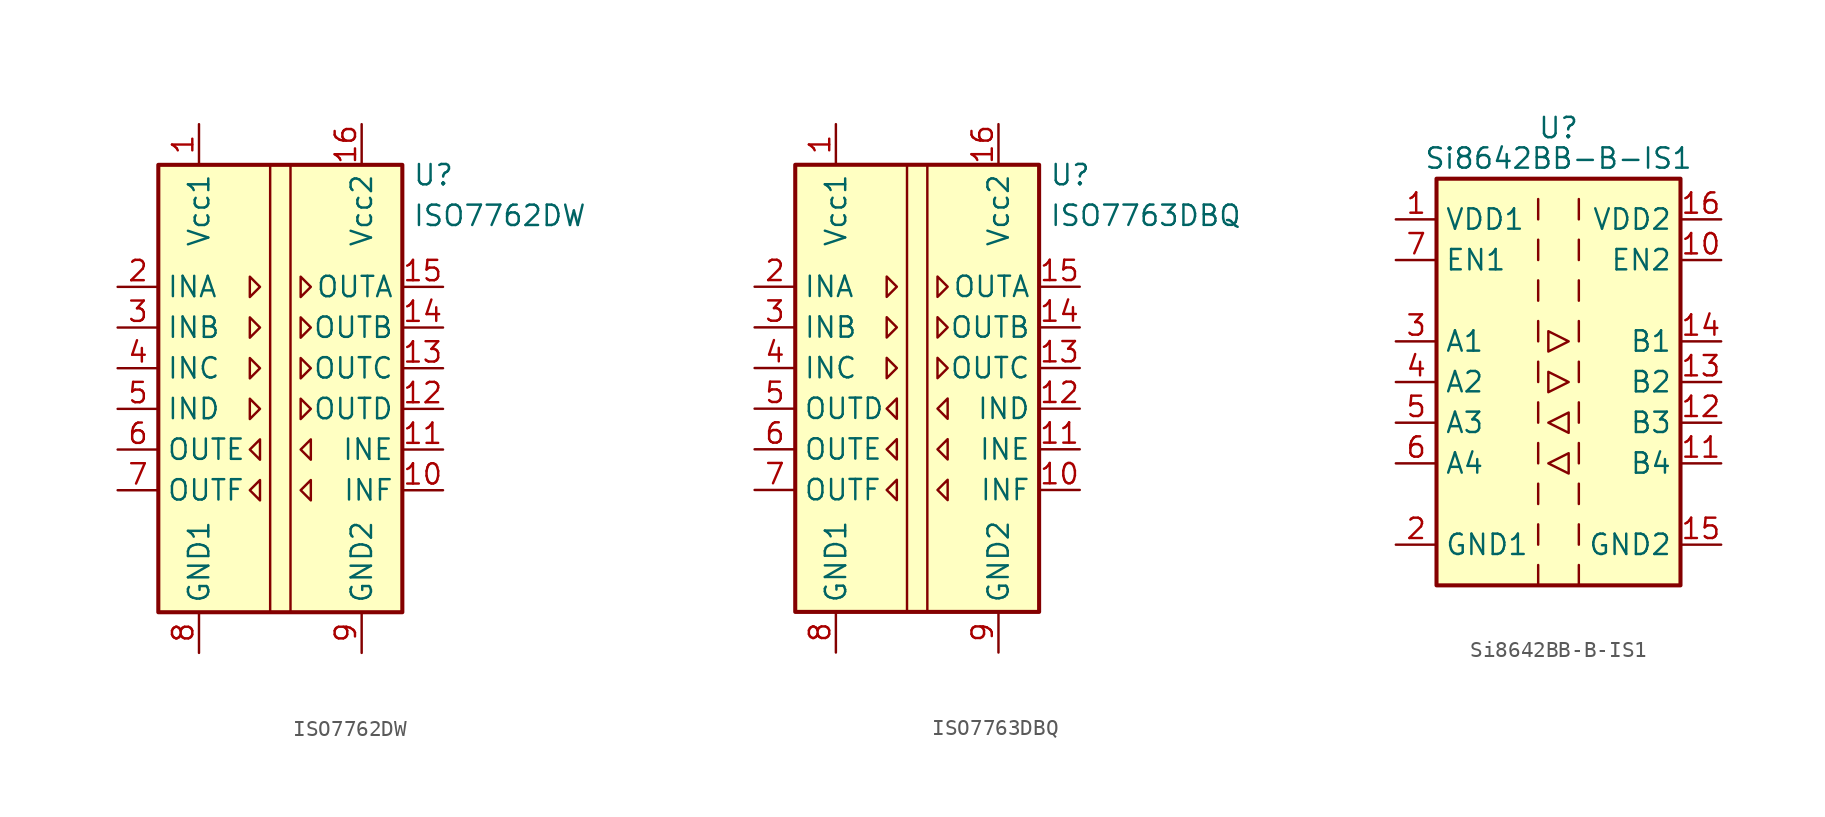
<source format=kicad_sym>
(kicad_symbol_lib
  (version 20201005)
  (generator kicad_symbol_editor)
  (symbol "Isolator_Digital:ISO7762DW"
    (property "Reference" "U"
      (at 8.255 14.605 0)
      (effects (font (size 1.27 1.27)) (justify left)))
    (property "Value" "ISO7762DW"
      (at 8.255 12.065 0)
      (effects (font (size 1.27 1.27)) (justify left)))
    (symbol "ISO7762DW_0_1"
      (rectangle (start -7.62 15.24) (end 7.62 -12.7) (stroke (width 0.254)) (fill (type background)))
      (polyline (pts (xy -0.635 15.24) (xy -0.635 -12.7)) (stroke (width 0)) (fill (type none)))
      (polyline (pts (xy 0.635 15.24) (xy 0.635 -12.7)) (stroke (width 0)) (fill (type none)))
      (polyline (pts (xy -1.905 8.255) (xy -1.27 7.62) (xy -1.905 6.985) (xy -1.905 8.255)) (stroke (width 0)) (fill (type none)))
      (polyline (pts (xy 1.27 8.255) (xy 1.905 7.62) (xy 1.27 6.985) (xy 1.27 8.255)) (stroke (width 0)) (fill (type none))))
    (symbol "ISO7762DW_1_1"
      (polyline (pts (xy -1.905 0.635) (xy -1.27 0) (xy -1.905 -0.635) (xy -1.905 0.635)) (stroke (width 0)) (fill (type none)))
      (polyline (pts (xy -1.905 3.175) (xy -1.27 2.54) (xy -1.905 1.905) (xy -1.905 3.175)) (stroke (width 0)) (fill (type none)))
      (polyline (pts (xy -1.905 5.715) (xy -1.27 5.08) (xy -1.905 4.445) (xy -1.905 5.715)) (stroke (width 0)) (fill (type none)))
      (polyline (pts (xy -1.27 -4.445) (xy -1.905 -5.08) (xy -1.27 -5.715) (xy -1.27 -4.445)) (stroke (width 0)) (fill (type none)))
      (polyline (pts (xy -1.27 -1.905) (xy -1.905 -2.54) (xy -1.27 -3.175) (xy -1.27 -1.905)) (stroke (width 0)) (fill (type none)))
      (polyline (pts (xy 1.27 0.635) (xy 1.905 0) (xy 1.27 -0.635) (xy 1.27 0.635)) (stroke (width 0)) (fill (type none)))
      (polyline (pts (xy 1.27 3.175) (xy 1.905 2.54) (xy 1.27 1.905) (xy 1.27 3.175)) (stroke (width 0)) (fill (type none)))
      (polyline (pts (xy 1.27 5.715) (xy 1.905 5.08) (xy 1.27 4.445) (xy 1.27 5.715)) (stroke (width 0)) (fill (type none)))
      (polyline (pts (xy 1.905 -4.445) (xy 1.27 -5.08) (xy 1.905 -5.715) (xy 1.905 -4.445)) (stroke (width 0)) (fill (type none)))
      (polyline (pts (xy 1.905 -1.905) (xy 1.27 -2.54) (xy 1.905 -3.175) (xy 1.905 -1.905)) (stroke (width 0)) (fill (type none)))
      (pin power_in line (at -5.08 17.78 270) (length 2.54) (name "Vcc1" (effects (font (size 1.27 1.27)))) (number "1" (effects (font (size 1.27 1.27)))))
      (pin input line (at 10.16 -5.08 180) (length 2.54) (name "INF" (effects (font (size 1.27 1.27)))) (number "10" (effects (font (size 1.27 1.27)))))
      (pin input line (at 10.16 -2.54 180) (length 2.54) (name "INE" (effects (font (size 1.27 1.27)))) (number "11" (effects (font (size 1.27 1.27)))))
      (pin output line (at 10.16 0 180) (length 2.54) (name "OUTD" (effects (font (size 1.27 1.27)))) (number "12" (effects (font (size 1.27 1.27)))))
      (pin output line (at 10.16 2.54 180) (length 2.54) (name "OUTC" (effects (font (size 1.27 1.27)))) (number "13" (effects (font (size 1.27 1.27)))))
      (pin output line (at 10.16 5.08 180) (length 2.54) (name "OUTB" (effects (font (size 1.27 1.27)))) (number "14" (effects (font (size 1.27 1.27)))))
      (pin output line (at 10.16 7.62 180) (length 2.54) (name "OUTA" (effects (font (size 1.27 1.27)))) (number "15" (effects (font (size 1.27 1.27)))))
      (pin power_in line (at 5.08 17.78 270) (length 2.54) (name "Vcc2" (effects (font (size 1.27 1.27)))) (number "16" (effects (font (size 1.27 1.27)))))
      (pin input line (at -10.16 7.62 0) (length 2.54) (name "INA" (effects (font (size 1.27 1.27)))) (number "2" (effects (font (size 1.27 1.27)))))
      (pin input line (at -10.16 5.08 0) (length 2.54) (name "INB" (effects (font (size 1.27 1.27)))) (number "3" (effects (font (size 1.27 1.27)))))
      (pin input line (at -10.16 2.54 0) (length 2.54) (name "INC" (effects (font (size 1.27 1.27)))) (number "4" (effects (font (size 1.27 1.27)))))
      (pin input line (at -10.16 0 0) (length 2.54) (name "IND" (effects (font (size 1.27 1.27)))) (number "5" (effects (font (size 1.27 1.27)))))
      (pin output line (at -10.16 -2.54 0) (length 2.54) (name "OUTE" (effects (font (size 1.27 1.27)))) (number "6" (effects (font (size 1.27 1.27)))))
      (pin output line (at -10.16 -5.08 0) (length 2.54) (name "OUTF" (effects (font (size 1.27 1.27)))) (number "7" (effects (font (size 1.27 1.27)))))
      (pin power_in line (at -5.08 -15.24 90) (length 2.54) (name "GND1" (effects (font (size 1.27 1.27)))) (number "8" (effects (font (size 1.27 1.27)))))
      (pin power_in line (at 5.08 -15.24 90) (length 2.54) (name "GND2" (effects (font (size 1.27 1.27)))) (number "9" (effects (font (size 1.27 1.27)))))))
  (symbol "Isolator_Digital:ISO7763DBQ"
    (property "Reference" "U"
      (at 8.255 14.605 0)
      (effects (font (size 1.27 1.27)) (justify left)))
    (property "Value" "ISO7763DBQ"
      (at 8.255 12.065 0)
      (effects (font (size 1.27 1.27)) (justify left)))
    (symbol "ISO7763DBQ_0_1"
      (rectangle (start -7.62 15.24) (end 7.62 -12.7) (stroke (width 0.254)) (fill (type background)))
      (polyline (pts (xy -0.635 15.24) (xy -0.635 -12.7)) (stroke (width 0)) (fill (type none)))
      (polyline (pts (xy 0.635 15.24) (xy 0.635 -12.7)) (stroke (width 0)) (fill (type none)))
      (polyline (pts (xy -1.905 8.255) (xy -1.27 7.62) (xy -1.905 6.985) (xy -1.905 8.255)) (stroke (width 0)) (fill (type none)))
      (polyline (pts (xy 1.27 8.255) (xy 1.905 7.62) (xy 1.27 6.985) (xy 1.27 8.255)) (stroke (width 0)) (fill (type none))))
    (symbol "ISO7763DBQ_1_1"
      (polyline (pts (xy -1.905 3.175) (xy -1.27 2.54) (xy -1.905 1.905) (xy -1.905 3.175)) (stroke (width 0)) (fill (type none)))
      (polyline (pts (xy -1.905 5.715) (xy -1.27 5.08) (xy -1.905 4.445) (xy -1.905 5.715)) (stroke (width 0)) (fill (type none)))
      (polyline (pts (xy -1.27 -4.445) (xy -1.905 -5.08) (xy -1.27 -5.715) (xy -1.27 -4.445)) (stroke (width 0)) (fill (type none)))
      (polyline (pts (xy -1.27 -1.905) (xy -1.905 -2.54) (xy -1.27 -3.175) (xy -1.27 -1.905)) (stroke (width 0)) (fill (type none)))
      (polyline (pts (xy -1.27 0.635) (xy -1.905 0) (xy -1.27 -0.635) (xy -1.27 0.635)) (stroke (width 0)) (fill (type none)))
      (polyline (pts (xy 1.27 3.175) (xy 1.905 2.54) (xy 1.27 1.905) (xy 1.27 3.175)) (stroke (width 0)) (fill (type none)))
      (polyline (pts (xy 1.27 5.715) (xy 1.905 5.08) (xy 1.27 4.445) (xy 1.27 5.715)) (stroke (width 0)) (fill (type none)))
      (polyline (pts (xy 1.905 -4.445) (xy 1.27 -5.08) (xy 1.905 -5.715) (xy 1.905 -4.445)) (stroke (width 0)) (fill (type none)))
      (polyline (pts (xy 1.905 -1.905) (xy 1.27 -2.54) (xy 1.905 -3.175) (xy 1.905 -1.905)) (stroke (width 0)) (fill (type none)))
      (polyline (pts (xy 1.905 0.635) (xy 1.27 0) (xy 1.905 -0.635) (xy 1.905 0.635)) (stroke (width 0)) (fill (type none)))
      (pin power_in line (at -5.08 17.78 270) (length 2.54) (name "Vcc1" (effects (font (size 1.27 1.27)))) (number "1" (effects (font (size 1.27 1.27)))))
      (pin input line (at 10.16 -5.08 180) (length 2.54) (name "INF" (effects (font (size 1.27 1.27)))) (number "10" (effects (font (size 1.27 1.27)))))
      (pin input line (at 10.16 -2.54 180) (length 2.54) (name "INE" (effects (font (size 1.27 1.27)))) (number "11" (effects (font (size 1.27 1.27)))))
      (pin input line (at 10.16 0 180) (length 2.54) (name "IND" (effects (font (size 1.27 1.27)))) (number "12" (effects (font (size 1.27 1.27)))))
      (pin output line (at 10.16 2.54 180) (length 2.54) (name "OUTC" (effects (font (size 1.27 1.27)))) (number "13" (effects (font (size 1.27 1.27)))))
      (pin output line (at 10.16 5.08 180) (length 2.54) (name "OUTB" (effects (font (size 1.27 1.27)))) (number "14" (effects (font (size 1.27 1.27)))))
      (pin output line (at 10.16 7.62 180) (length 2.54) (name "OUTA" (effects (font (size 1.27 1.27)))) (number "15" (effects (font (size 1.27 1.27)))))
      (pin power_in line (at 5.08 17.78 270) (length 2.54) (name "Vcc2" (effects (font (size 1.27 1.27)))) (number "16" (effects (font (size 1.27 1.27)))))
      (pin input line (at -10.16 7.62 0) (length 2.54) (name "INA" (effects (font (size 1.27 1.27)))) (number "2" (effects (font (size 1.27 1.27)))))
      (pin input line (at -10.16 5.08 0) (length 2.54) (name "INB" (effects (font (size 1.27 1.27)))) (number "3" (effects (font (size 1.27 1.27)))))
      (pin input line (at -10.16 2.54 0) (length 2.54) (name "INC" (effects (font (size 1.27 1.27)))) (number "4" (effects (font (size 1.27 1.27)))))
      (pin output line (at -10.16 0 0) (length 2.54) (name "OUTD" (effects (font (size 1.27 1.27)))) (number "5" (effects (font (size 1.27 1.27)))))
      (pin output line (at -10.16 -2.54 0) (length 2.54) (name "OUTE" (effects (font (size 1.27 1.27)))) (number "6" (effects (font (size 1.27 1.27)))))
      (pin output line (at -10.16 -5.08 0) (length 2.54) (name "OUTF" (effects (font (size 1.27 1.27)))) (number "7" (effects (font (size 1.27 1.27)))))
      (pin power_in line (at -5.08 -15.24 90) (length 2.54) (name "GND1" (effects (font (size 1.27 1.27)))) (number "8" (effects (font (size 1.27 1.27)))))
      (pin power_in line (at 5.08 -15.24 90) (length 2.54) (name "GND2" (effects (font (size 1.27 1.27)))) (number "9" (effects (font (size 1.27 1.27)))))))
  (symbol "Isolator_Digital:Si8642BB-B-IS1"
    (property "Reference" "U"
      (at 0 15.875 0)
      (effects (font (size 1.27 1.27))))
    (property "Value" "Si8642BB-B-IS1"
      (at 0 13.97 0)
      (effects (font (size 1.27 1.27))))
    (symbol "Si8642BB-B-IS1_0_1"
      (rectangle (start -7.62 12.7) (end 7.62 -12.7) (stroke (width 0.254)) (fill (type background)))
      (polyline (pts (xy -1.27 -11.43) (xy -1.27 -12.7)) (stroke (width 0)) (fill (type none)))
      (polyline (pts (xy -1.27 -8.89) (xy -1.27 -10.16)) (stroke (width 0)) (fill (type none)))
      (polyline (pts (xy -1.27 -6.35) (xy -1.27 -7.62)) (stroke (width 0)) (fill (type none)))
      (polyline (pts (xy -1.27 -3.81) (xy -1.27 -5.08)) (stroke (width 0)) (fill (type none)))
      (polyline (pts (xy -1.27 -1.27) (xy -1.27 -2.54)) (stroke (width 0)) (fill (type none)))
      (polyline (pts (xy -1.27 1.27) (xy -1.27 0)) (stroke (width 0)) (fill (type none)))
      (polyline (pts (xy -1.27 3.81) (xy -1.27 2.54)) (stroke (width 0)) (fill (type none)))
      (polyline (pts (xy -1.27 6.35) (xy -1.27 5.08)) (stroke (width 0)) (fill (type none)))
      (polyline (pts (xy -1.27 8.89) (xy -1.27 7.62)) (stroke (width 0)) (fill (type none)))
      (polyline (pts (xy -1.27 11.43) (xy -1.27 10.16)) (stroke (width 0)) (fill (type none)))
      (polyline (pts (xy 1.27 -11.43) (xy 1.27 -12.7)) (stroke (width 0)) (fill (type none)))
      (polyline (pts (xy 1.27 -8.89) (xy 1.27 -10.16)) (stroke (width 0)) (fill (type none)))
      (polyline (pts (xy 1.27 -6.35) (xy 1.27 -7.62)) (stroke (width 0)) (fill (type none)))
      (polyline (pts (xy 1.27 -3.81) (xy 1.27 -5.08)) (stroke (width 0)) (fill (type none)))
      (polyline (pts (xy 1.27 -1.27) (xy 1.27 -2.54)) (stroke (width 0)) (fill (type none)))
      (polyline (pts (xy 1.27 1.27) (xy 1.27 0)) (stroke (width 0)) (fill (type none)))
      (polyline (pts (xy 1.27 3.81) (xy 1.27 2.54)) (stroke (width 0)) (fill (type none)))
      (polyline (pts (xy 1.27 6.35) (xy 1.27 5.08)) (stroke (width 0)) (fill (type none)))
      (polyline (pts (xy 1.27 8.89) (xy 1.27 7.62)) (stroke (width 0)) (fill (type none)))
      (polyline (pts (xy 1.27 11.43) (xy 1.27 10.16)) (stroke (width 0)) (fill (type none)))
      (polyline (pts (xy -0.635 -5.08) (xy 0.635 -4.445) (xy 0.635 -5.715) (xy -0.635 -5.08)) (stroke (width 0)) (fill (type none)))
      (polyline (pts (xy -0.635 -2.54) (xy 0.635 -1.905) (xy 0.635 -3.175) (xy -0.635 -2.54)) (stroke (width 0)) (fill (type none)))
      (polyline (pts (xy -0.635 0.635) (xy -0.635 -0.635) (xy 0.635 0) (xy -0.635 0.635)) (stroke (width 0)) (fill (type none)))
      (polyline (pts (xy -0.635 3.175) (xy -0.635 1.905) (xy 0.635 2.54) (xy -0.635 3.175)) (stroke (width 0)) (fill (type none))))
    (symbol "Si8642BB-B-IS1_1_1"
      (pin power_in line (at -10.16 10.16 0) (length 2.54) (name "VDD1" (effects (font (size 1.27 1.27)))) (number "1" (effects (font (size 1.27 1.27)))))
      (pin input line (at 10.16 7.62 180) (length 2.54) (name "EN2" (effects (font (size 1.27 1.27)))) (number "10" (effects (font (size 1.27 1.27)))))
      (pin input line (at 10.16 -5.08 180) (length 2.54) (name "B4" (effects (font (size 1.27 1.27)))) (number "11" (effects (font (size 1.27 1.27)))))
      (pin input line (at 10.16 -2.54 180) (length 2.54) (name "B3" (effects (font (size 1.27 1.27)))) (number "12" (effects (font (size 1.27 1.27)))))
      (pin output line (at 10.16 0 180) (length 2.54) (name "B2" (effects (font (size 1.27 1.27)))) (number "13" (effects (font (size 1.27 1.27)))))
      (pin output line (at 10.16 2.54 180) (length 2.54) (name "B1" (effects (font (size 1.27 1.27)))) (number "14" (effects (font (size 1.27 1.27)))))
      (pin power_in line (at 10.16 -10.16 180) (length 2.54) (name "GND2" (effects (font (size 1.27 1.27)))) (number "15" (effects (font (size 1.27 1.27)))))
      (pin power_in line (at 10.16 10.16 180) (length 2.54) (name "VDD2" (effects (font (size 1.27 1.27)))) (number "16" (effects (font (size 1.27 1.27)))))
      (pin power_in line (at -10.16 -10.16 0) (length 2.54) (name "GND1" (effects (font (size 1.27 1.27)))) (number "2" (effects (font (size 1.27 1.27)))))
      (pin input line (at -10.16 2.54 0) (length 2.54) (name "A1" (effects (font (size 1.27 1.27)))) (number "3" (effects (font (size 1.27 1.27)))))
      (pin input line (at -10.16 0 0) (length 2.54) (name "A2" (effects (font (size 1.27 1.27)))) (number "4" (effects (font (size 1.27 1.27)))))
      (pin output line (at -10.16 -2.54 0) (length 2.54) (name "A3" (effects (font (size 1.27 1.27)))) (number "5" (effects (font (size 1.27 1.27)))))
      (pin output line (at -10.16 -5.08 0) (length 2.54) (name "A4" (effects (font (size 1.27 1.27)))) (number "6" (effects (font (size 1.27 1.27)))))
      (pin input line (at -10.16 7.62 0) (length 2.54) (name "EN1" (effects (font (size 1.27 1.27)))) (number "7" (effects (font (size 1.27 1.27)))))
      (pin passive line (at -10.16 -10.16 0) (length 2.54) hide (name "GND1" (effects (font (size 1.27 1.27)))) (number "8" (effects (font (size 1.27 1.27)))))
      (pin passive line (at 10.16 -10.16 180) (length 2.54) hide (name "GND2" (effects (font (size 1.27 1.27)))) (number "9" (effects (font (size 1.27 1.27))))))))
</source>
